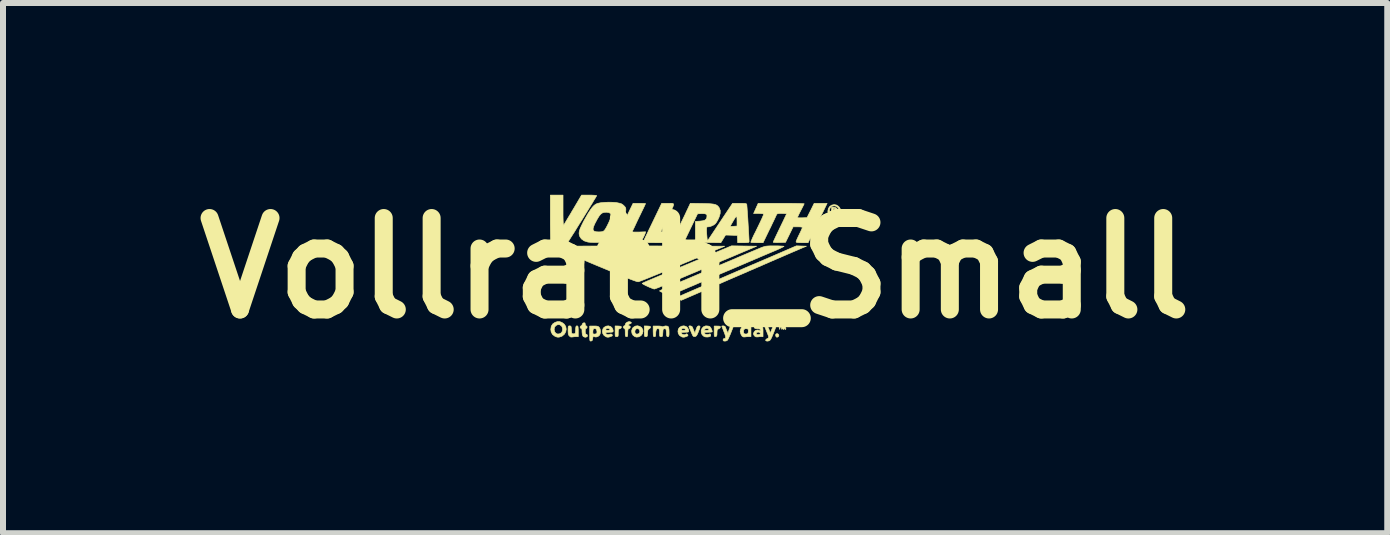
<source format=kicad_pcb>
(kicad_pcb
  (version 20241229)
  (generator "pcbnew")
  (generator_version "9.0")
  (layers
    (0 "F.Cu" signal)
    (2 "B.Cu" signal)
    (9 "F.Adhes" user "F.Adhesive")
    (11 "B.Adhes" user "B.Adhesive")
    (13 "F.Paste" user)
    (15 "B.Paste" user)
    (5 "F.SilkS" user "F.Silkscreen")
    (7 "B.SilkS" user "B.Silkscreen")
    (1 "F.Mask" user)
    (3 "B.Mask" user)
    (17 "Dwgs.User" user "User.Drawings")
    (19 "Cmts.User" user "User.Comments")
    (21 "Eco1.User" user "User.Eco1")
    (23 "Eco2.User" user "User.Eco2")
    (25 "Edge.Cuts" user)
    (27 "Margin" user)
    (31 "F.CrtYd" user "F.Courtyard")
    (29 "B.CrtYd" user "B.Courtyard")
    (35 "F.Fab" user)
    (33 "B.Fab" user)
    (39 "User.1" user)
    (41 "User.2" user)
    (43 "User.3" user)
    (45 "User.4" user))
  (footprint "Vollrath_Small"
    (layer "F.Cu")
    (at 8.534 1.418)
    (property "Reference" "Vollrath_Small" (at 0 0 0) (layer "F.SilkS") (effects (font (size 1.524 1.524) (thickness 0.3))))
    (attr through_hole)
    (fp_poly (pts (xy 1.389 1.103) (xy 1.396 1.123) (xy 1.388 1.141) (xy 1.385 1.144) (xy 1.364 1.153) (xy 1.351 1.144) (xy 1.345 1.134) (xy 1.341 1.111) (xy 1.352 1.095) (xy 1.372 1.092) (xy 1.389 1.103)) (stroke (width 0.01) (type solid)) (fill yes) (layer "F.SilkS"))
    (fp_poly (pts (xy -0.794 0.965) (xy -0.761 0.968) (xy -0.745 0.974) (xy -0.741 0.984) (xy -0.75 1) (xy -0.765 1.011) (xy -0.779 1.02) (xy -0.787 1.037) (xy -0.791 1.066) (xy -0.792 1.082) (xy -0.794 1.116) (xy -0.799 1.135) (xy -0.808 1.142) (xy -0.821 1.143) (xy -0.833 1.142) (xy -0.841 1.137) (xy -0.845 1.122) (xy -0.846 1.095) (xy -0.847 1.054) (xy -0.847 0.964) (xy -0.794 0.965)) (stroke (width 0.01) (type solid)) (fill yes) (layer "F.SilkS"))
    (fp_poly (pts (xy 0.403 0.967) (xy 0.419 0.972) (xy 0.423 0.983) (xy 0.423 0.983) (xy 0.414 1) (xy 0.395 1.011) (xy 0.378 1.019) (xy 0.369 1.032) (xy 0.366 1.055) (xy 0.365 1.08) (xy 0.364 1.113) (xy 0.359 1.131) (xy 0.349 1.139) (xy 0.341 1.141) (xy 0.33 1.142) (xy 0.323 1.137) (xy 0.319 1.122) (xy 0.318 1.093) (xy 0.318 1.055) (xy 0.318 0.966) (xy 0.37 0.966) (xy 0.403 0.967)) (stroke (width 0.01) (type solid)) (fill yes) (layer "F.SilkS"))
    (fp_poly (pts (xy -1.281 0.965) (xy -1.248 0.968) (xy -1.232 0.973) (xy -1.228 0.985) (xy -1.228 0.985) (xy -1.237 1.002) (xy -1.254 1.01) (xy -1.269 1.015) (xy -1.277 1.026) (xy -1.28 1.047) (xy -1.281 1.08) (xy -1.281 1.115) (xy -1.284 1.134) (xy -1.292 1.141) (xy -1.306 1.143) (xy -1.307 1.143) (xy -1.32 1.142) (xy -1.328 1.137) (xy -1.332 1.123) (xy -1.333 1.096) (xy -1.333 1.054) (xy -1.333 0.964) (xy -1.281 0.965)) (stroke (width 0.01) (type solid)) (fill yes) (layer "F.SilkS"))
    (fp_poly (pts (xy -0.922 0.971) (xy -0.891 0.992) (xy -0.872 1.025) (xy -0.868 1.052) (xy -0.877 1.092) (xy -0.901 1.125) (xy -0.936 1.145) (xy -0.975 1.15) (xy -1.002 1.143) (xy -1.034 1.12) (xy -1.053 1.085) (xy -1.055 1.067) (xy -1.004 1.067) (xy -0.995 1.089) (xy -0.976 1.1) (xy -0.97 1.101) (xy -0.945 1.095) (xy -0.933 1.088) (xy -0.921 1.064) (xy -0.924 1.038) (xy -0.937 1.017) (xy -0.959 1.007) (xy -0.969 1.007) (xy -0.991 1.02) (xy -1.002 1.042) (xy -1.004 1.067) (xy -1.055 1.067) (xy -1.058 1.045) (xy -1.046 1.007) (xy -1.032 0.989) (xy -0.998 0.967) (xy -0.959 0.961) (xy -0.922 0.971)) (stroke (width 0.01) (type solid)) (fill yes) (layer "F.SilkS"))
    (fp_poly (pts (xy -0.079 0.963) (xy -0.054 0.971) (xy -0.043 0.987) (xy -0.033 1.013) (xy -0.02 1.045) (xy -0.019 1.048) (xy -0.003 1.085) (xy 0.016 1.024) (xy 0.029 0.989) (xy 0.04 0.971) (xy 0.053 0.964) (xy 0.06 0.963) (xy 0.075 0.965) (xy 0.082 0.972) (xy 0.081 0.989) (xy 0.072 1.017) (xy 0.054 1.062) (xy 0.054 1.064) (xy 0.037 1.103) (xy 0.023 1.126) (xy 0.01 1.137) (xy -0.004 1.141) (xy -0.024 1.14) (xy -0.037 1.128) (xy -0.049 1.104) (xy -0.064 1.068) (xy -0.081 1.027) (xy -0.086 1.017) (xy -0.099 0.986) (xy -0.104 0.97) (xy -0.099 0.964) (xy -0.085 0.963) (xy -0.079 0.963)) (stroke (width 0.01) (type solid)) (fill yes) (layer "F.SilkS"))
    (fp_poly (pts (xy 2.314 -1.014) (xy 2.346 -1.006) (xy 2.365 -0.992) (xy 2.369 -0.974) (xy 2.358 -0.959) (xy 2.346 -0.947) (xy 2.349 -0.934) (xy 2.356 -0.923) (xy 2.365 -0.906) (xy 2.361 -0.9) (xy 2.358 -0.9) (xy 2.342 -0.908) (xy 2.331 -0.921) (xy 2.316 -0.937) (xy 2.307 -0.942) (xy 2.299 -0.933) (xy 2.297 -0.921) (xy 2.292 -0.904) (xy 2.286 -0.9) (xy 2.28 -0.909) (xy 2.276 -0.934) (xy 2.275 -0.958) (xy 2.275 -0.979) (xy 2.297 -0.979) (xy 2.304 -0.966) (xy 2.32 -0.965) (xy 2.339 -0.972) (xy 2.344 -0.979) (xy 2.335 -0.989) (xy 2.32 -0.993) (xy 2.301 -0.99) (xy 2.297 -0.979) (xy 2.275 -0.979) (xy 2.275 -1.017) (xy 2.314 -1.014)) (stroke (width 0.01) (type solid)) (fill yes) (layer "F.SilkS"))
    (fp_poly (pts (xy -1.837 0.913) (xy -1.831 0.929) (xy -1.831 0.936) (xy -1.826 0.958) (xy -1.815 0.963) (xy -1.802 0.972) (xy -1.799 0.984) (xy -1.806 1.001) (xy -1.815 1.005) (xy -1.826 1.012) (xy -1.83 1.033) (xy -1.831 1.053) (xy -1.829 1.085) (xy -1.821 1.1) (xy -1.816 1.101) (xy -1.8 1.109) (xy -1.793 1.126) (xy -1.799 1.142) (xy -1.801 1.145) (xy -1.832 1.153) (xy -1.862 1.142) (xy -1.867 1.137) (xy -1.879 1.111) (xy -1.884 1.066) (xy -1.884 1.063) (xy -1.885 1.028) (xy -1.89 1.01) (xy -1.9 1.005) (xy -1.913 0.997) (xy -1.916 0.984) (xy -1.909 0.967) (xy -1.9 0.963) (xy -1.887 0.954) (xy -1.882 0.939) (xy -1.87 0.918) (xy -1.855 0.912) (xy -1.837 0.913)) (stroke (width 0.01) (type solid)) (fill yes) (layer "F.SilkS"))
    (fp_poly (pts (xy 1.449 0.966) (xy 1.465 0.973) (xy 1.466 0.975) (xy 1.476 0.98) (xy 1.483 0.972) (xy 1.493 0.964) (xy 1.503 0.974) (xy 1.512 0.998) (xy 1.513 1.009) (xy 1.511 1.023) (xy 1.5 1.018) (xy 1.498 1.016) (xy 1.485 1.008) (xy 1.482 1.016) (xy 1.482 1.016) (xy 1.478 1.024) (xy 1.467 1.017) (xy 1.453 1.01) (xy 1.446 1.018) (xy 1.442 1.019) (xy 1.44 1.003) (xy 1.44 1.003) (xy 1.436 0.982) (xy 1.429 0.974) (xy 1.421 0.983) (xy 1.415 1.003) (xy 1.411 1.02) (xy 1.408 1.021) (xy 1.408 1.021) (xy 1.407 1.003) (xy 1.407 1.002) (xy 1.402 0.987) (xy 1.396 0.978) (xy 1.391 0.968) (xy 1.402 0.964) (xy 1.422 0.963) (xy 1.449 0.966)) (stroke (width 0.01) (type solid)) (fill yes) (layer "F.SilkS"))
    (fp_poly (pts (xy -2.256 0.892) (xy -2.219 0.906) (xy -2.18 0.935) (xy -2.156 0.973) (xy -2.148 1.017) (xy -2.155 1.06) (xy -2.177 1.1) (xy -2.213 1.131) (xy -2.229 1.139) (xy -2.268 1.151) (xy -2.3 1.15) (xy -2.336 1.136) (xy -2.376 1.106) (xy -2.399 1.064) (xy -2.405 1.021) (xy -2.349 1.021) (xy -2.341 1.06) (xy -2.32 1.087) (xy -2.289 1.099) (xy -2.255 1.094) (xy -2.232 1.081) (xy -2.213 1.053) (xy -2.208 1.017) (xy -2.216 0.982) (xy -2.227 0.964) (xy -2.256 0.944) (xy -2.288 0.942) (xy -2.317 0.956) (xy -2.34 0.981) (xy -2.349 1.017) (xy -2.349 1.021) (xy -2.405 1.021) (xy -2.405 1.021) (xy -2.397 0.969) (xy -2.372 0.93) (xy -2.333 0.904) (xy -2.292 0.891) (xy -2.256 0.892)) (stroke (width 0.01) (type solid)) (fill yes) (layer "F.SilkS"))
    (fp_poly (pts (xy 2.357 -1.051) (xy 2.393 -1.027) (xy 2.416 -0.996) (xy 2.424 -0.961) (xy 2.424 -0.959) (xy 2.414 -0.918) (xy 2.39 -0.885) (xy 2.356 -0.861) (xy 2.317 -0.85) (xy 2.28 -0.857) (xy 2.251 -0.876) (xy 2.227 -0.906) (xy 2.213 -0.938) (xy 2.213 -0.943) (xy 2.24 -0.943) (xy 2.256 -0.907) (xy 2.269 -0.893) (xy 2.301 -0.872) (xy 2.331 -0.871) (xy 2.363 -0.89) (xy 2.371 -0.899) (xy 2.396 -0.934) (xy 2.4 -0.969) (xy 2.383 -1.006) (xy 2.38 -1.009) (xy 2.352 -1.031) (xy 2.316 -1.038) (xy 2.28 -1.031) (xy 2.259 -1.015) (xy 2.241 -0.982) (xy 2.24 -0.943) (xy 2.213 -0.943) (xy 2.212 -0.949) (xy 2.221 -0.993) (xy 2.244 -1.028) (xy 2.278 -1.05) (xy 2.317 -1.058) (xy 2.357 -1.051)) (stroke (width 0.01) (type solid)) (fill yes) (layer "F.SilkS"))
    (fp_poly (pts (xy -1.084 0.894) (xy -1.064 0.904) (xy -1.064 0.917) (xy -1.081 0.928) (xy -1.088 0.929) (xy -1.105 0.938) (xy -1.111 0.951) (xy -1.104 0.961) (xy -1.095 0.963) (xy -1.082 0.97) (xy -1.08 0.986) (xy -1.089 1.002) (xy -1.101 1.008) (xy -1.113 1.014) (xy -1.119 1.028) (xy -1.122 1.054) (xy -1.122 1.079) (xy -1.123 1.114) (xy -1.126 1.134) (xy -1.133 1.142) (xy -1.143 1.143) (xy -1.154 1.141) (xy -1.161 1.131) (xy -1.164 1.11) (xy -1.164 1.074) (xy -1.165 1.036) (xy -1.169 1.014) (xy -1.176 1.006) (xy -1.18 1.005) (xy -1.193 0.997) (xy -1.196 0.984) (xy -1.189 0.967) (xy -1.18 0.963) (xy -1.167 0.954) (xy -1.164 0.942) (xy -1.155 0.919) (xy -1.132 0.901) (xy -1.102 0.892) (xy -1.084 0.894)) (stroke (width 0.01) (type solid)) (fill yes) (layer "F.SilkS"))
    (fp_poly (pts (xy -0.886 -1.079) (xy -0.851 -1.078) (xy -0.83 -1.077) (xy -0.826 -1.075) (xy -0.83 -1.065) (xy -0.842 -1.038) (xy -0.861 -0.998) (xy -0.886 -0.947) (xy -0.915 -0.887) (xy -0.937 -0.842) (xy -0.968 -0.777) (xy -0.995 -0.719) (xy -1.018 -0.67) (xy -1.036 -0.633) (xy -1.046 -0.611) (xy -1.048 -0.605) (xy -1.038 -0.602) (xy -1.011 -0.601) (xy -0.972 -0.601) (xy -0.936 -0.601) (xy -0.824 -0.605) (xy -0.831 -0.58) (xy -0.84 -0.558) (xy -0.855 -0.525) (xy -0.872 -0.492) (xy -0.905 -0.429) (xy -1.125 -0.426) (xy -1.346 -0.423) (xy -1.338 -0.446) (xy -1.332 -0.461) (xy -1.317 -0.493) (xy -1.296 -0.538) (xy -1.269 -0.596) (xy -1.237 -0.662) (xy -1.202 -0.735) (xy -1.182 -0.775) (xy -1.034 -1.079) (xy -0.93 -1.079) (xy -0.886 -1.079)) (stroke (width 0.01) (type solid)) (fill yes) (layer "F.SilkS"))
    (fp_poly (pts (xy -1.958 0.965) (xy -1.952 0.973) (xy -1.949 0.992) (xy -1.947 1.025) (xy -1.947 1.053) (xy -1.947 1.143) (xy -1.982 1.142) (xy -2.016 1.144) (xy -2.044 1.148) (xy -2.072 1.149) (xy -2.094 1.133) (xy -2.107 1.117) (xy -2.114 1.096) (xy -2.116 1.063) (xy -2.117 1.037) (xy -2.116 0.998) (xy -2.114 0.976) (xy -2.108 0.966) (xy -2.097 0.963) (xy -2.091 0.963) (xy -2.076 0.965) (xy -2.068 0.972) (xy -2.064 0.991) (xy -2.062 1.026) (xy -2.062 1.029) (xy -2.059 1.065) (xy -2.056 1.085) (xy -2.048 1.093) (xy -2.033 1.095) (xy -2.027 1.095) (xy -2.009 1.094) (xy -2 1.089) (xy -1.995 1.073) (xy -1.992 1.042) (xy -1.992 1.029) (xy -1.989 0.993) (xy -1.985 0.973) (xy -1.977 0.964) (xy -1.968 0.963) (xy -1.958 0.965)) (stroke (width 0.01) (type solid)) (fill yes) (layer "F.SilkS"))
    (fp_poly (pts (xy 0.629 0.967) (xy 0.635 0.973) (xy 0.631 0.988) (xy 0.62 1.018) (xy 0.605 1.056) (xy 0.588 1.099) (xy 0.57 1.139) (xy 0.555 1.174) (xy 0.543 1.196) (xy 0.54 1.201) (xy 0.52 1.213) (xy 0.496 1.217) (xy 0.473 1.213) (xy 0.466 1.2) (xy 0.466 1.196) (xy 0.473 1.178) (xy 0.486 1.175) (xy 0.502 1.171) (xy 0.509 1.159) (xy 0.507 1.135) (xy 0.495 1.097) (xy 0.48 1.058) (xy 0.465 1.019) (xy 0.452 0.988) (xy 0.445 0.969) (xy 0.445 0.966) (xy 0.454 0.964) (xy 0.472 0.963) (xy 0.496 0.97) (xy 0.504 0.982) (xy 0.512 1.003) (xy 0.524 1.033) (xy 0.528 1.042) (xy 0.547 1.085) (xy 0.567 1.024) (xy 0.579 0.989) (xy 0.59 0.971) (xy 0.603 0.964) (xy 0.61 0.963) (xy 0.629 0.967)) (stroke (width 0.01) (type solid)) (fill yes) (layer "F.SilkS"))
    (fp_poly (pts (xy 1.332 1.019) (xy 1.306 1.085) (xy 1.286 1.133) (xy 1.27 1.168) (xy 1.257 1.19) (xy 1.251 1.199) (xy 1.231 1.212) (xy 1.207 1.217) (xy 1.186 1.214) (xy 1.175 1.204) (xy 1.175 1.201) (xy 1.184 1.186) (xy 1.201 1.175) (xy 1.216 1.168) (xy 1.224 1.158) (xy 1.224 1.142) (xy 1.217 1.117) (xy 1.201 1.077) (xy 1.191 1.053) (xy 1.174 1.011) (xy 1.165 0.985) (xy 1.164 0.971) (xy 1.17 0.965) (xy 1.171 0.965) (xy 1.193 0.965) (xy 1.211 0.978) (xy 1.227 1.009) (xy 1.234 1.028) (xy 1.245 1.059) (xy 1.252 1.072) (xy 1.258 1.069) (xy 1.261 1.063) (xy 1.27 1.04) (xy 1.283 1.009) (xy 1.285 1.003) (xy 1.299 0.976) (xy 1.315 0.964) (xy 1.328 0.963) (xy 1.354 0.963) (xy 1.332 1.019)) (stroke (width 0.01) (type solid)) (fill yes) (layer "F.SilkS"))
    (fp_poly (pts (xy -0.814 -0.369) (xy -0.633 -0.369) (xy -0.46 -0.368) (xy -0.301 -0.368) (xy -0.229 -0.368) (xy 0.494 -0.365) (xy -0.211 -0.07) (xy -0.327 -0.022) (xy -0.438 0.025) (xy -0.543 0.068) (xy -0.639 0.107) (xy -0.725 0.142) (xy -0.799 0.172) (xy -0.86 0.196) (xy -0.907 0.214) (xy -0.936 0.225) (xy -0.947 0.228) (xy -0.961 0.226) (xy -0.989 0.218) (xy -1.029 0.204) (xy -1.085 0.183) (xy -1.156 0.155) (xy -1.244 0.12) (xy -1.348 0.077) (xy -1.471 0.026) (xy -1.545 -0.005) (xy -1.654 -0.05) (xy -1.761 -0.095) (xy -1.864 -0.138) (xy -1.961 -0.179) (xy -2.049 -0.216) (xy -2.126 -0.248) (xy -2.19 -0.275) (xy -2.238 -0.295) (xy -2.258 -0.303) (xy -2.405 -0.365) (xy -1.679 -0.368) (xy -1.528 -0.368) (xy -1.361 -0.369) (xy -1.183 -0.369) (xy -0.999 -0.369) (xy -0.814 -0.369)) (stroke (width 0.01) (type solid)) (fill yes) (layer "F.SilkS"))
    (fp_poly (pts (xy -1.648 0.966) (xy -1.623 0.97) (xy -1.606 0.979) (xy -1.598 0.987) (xy -1.582 1.017) (xy -1.577 1.056) (xy -1.582 1.095) (xy -1.593 1.118) (xy -1.619 1.14) (xy -1.652 1.149) (xy -1.682 1.143) (xy -1.696 1.138) (xy -1.702 1.146) (xy -1.706 1.171) (xy -1.706 1.172) (xy -1.711 1.2) (xy -1.722 1.212) (xy -1.733 1.215) (xy -1.743 1.216) (xy -1.75 1.212) (xy -1.754 1.201) (xy -1.756 1.179) (xy -1.757 1.142) (xy -1.757 1.092) (xy -1.757 1.059) (xy -1.704 1.059) (xy -1.703 1.086) (xy -1.697 1.098) (xy -1.681 1.1) (xy -1.67 1.099) (xy -1.646 1.094) (xy -1.637 1.082) (xy -1.635 1.059) (xy -1.642 1.027) (xy -1.659 1.009) (xy -1.684 1.008) (xy -1.687 1.009) (xy -1.699 1.022) (xy -1.704 1.053) (xy -1.704 1.059) (xy -1.757 1.059) (xy -1.757 0.966) (xy -1.688 0.965) (xy -1.648 0.966)) (stroke (width 0.01) (type solid)) (fill yes) (layer "F.SilkS"))
    (fp_poly (pts (xy -0.389 -1.08) (xy -0.37 -1.077) (xy -0.36 -1.069) (xy -0.359 -1.053) (xy -0.367 -1.028) (xy -0.383 -0.991) (xy -0.409 -0.94) (xy -0.443 -0.871) (xy -0.451 -0.856) (xy -0.48 -0.798) (xy -0.507 -0.743) (xy -0.529 -0.696) (xy -0.546 -0.66) (xy -0.555 -0.641) (xy -0.57 -0.603) (xy -0.473 -0.602) (xy -0.429 -0.602) (xy -0.392 -0.602) (xy -0.368 -0.602) (xy -0.362 -0.602) (xy -0.353 -0.601) (xy -0.351 -0.592) (xy -0.357 -0.571) (xy -0.372 -0.538) (xy -0.389 -0.503) (xy -0.428 -0.423) (xy -0.649 -0.423) (xy -0.726 -0.424) (xy -0.783 -0.424) (xy -0.824 -0.426) (xy -0.85 -0.429) (xy -0.862 -0.432) (xy -0.865 -0.437) (xy -0.859 -0.449) (xy -0.845 -0.478) (xy -0.825 -0.522) (xy -0.798 -0.577) (xy -0.767 -0.643) (xy -0.732 -0.715) (xy -0.708 -0.765) (xy -0.557 -1.079) (xy -0.453 -1.079) (xy -0.416 -1.08) (xy -0.389 -1.08)) (stroke (width 0.01) (type solid)) (fill yes) (layer "F.SilkS"))
    (fp_poly (pts (xy 0.919 0.901) (xy 0.925 0.907) (xy 0.929 0.922) (xy 0.931 0.949) (xy 0.931 0.992) (xy 0.931 1.021) (xy 0.931 1.143) (xy 0.897 1.142) (xy 0.866 1.143) (xy 0.841 1.146) (xy 0.814 1.148) (xy 0.802 1.146) (xy 0.781 1.132) (xy 0.764 1.103) (xy 0.753 1.068) (xy 0.752 1.054) (xy 0.805 1.054) (xy 0.811 1.084) (xy 0.825 1.097) (xy 0.851 1.099) (xy 0.873 1.094) (xy 0.883 1.082) (xy 0.887 1.056) (xy 0.887 1.029) (xy 0.88 1.016) (xy 0.863 1.01) (xy 0.832 1.01) (xy 0.812 1.026) (xy 0.805 1.054) (xy 0.752 1.054) (xy 0.751 1.05) (xy 0.758 1.02) (xy 0.774 0.99) (xy 0.774 0.99) (xy 0.792 0.971) (xy 0.811 0.964) (xy 0.84 0.966) (xy 0.843 0.966) (xy 0.889 0.971) (xy 0.889 0.935) (xy 0.892 0.91) (xy 0.901 0.901) (xy 0.91 0.9) (xy 0.919 0.901)) (stroke (width 0.01) (type solid)) (fill yes) (layer "F.SilkS"))
    (fp_poly (pts (xy 1.09 0.967) (xy 1.112 0.974) (xy 1.123 0.983) (xy 1.129 0.998) (xy 1.132 1.025) (xy 1.132 1.064) (xy 1.132 1.143) (xy 1.103 1.142) (xy 1.07 1.143) (xy 1.048 1.147) (xy 1.014 1.146) (xy 0.997 1.137) (xy 0.977 1.113) (xy 0.974 1.087) (xy 1.019 1.087) (xy 1.021 1.1) (xy 1.036 1.108) (xy 1.06 1.108) (xy 1.08 1.101) (xy 1.087 1.093) (xy 1.083 1.079) (xy 1.071 1.07) (xy 1.05 1.066) (xy 1.03 1.073) (xy 1.019 1.087) (xy 0.974 1.087) (xy 0.974 1.086) (xy 0.985 1.061) (xy 1.005 1.04) (xy 1.033 1.031) (xy 1.064 1.036) (xy 1.066 1.036) (xy 1.084 1.043) (xy 1.089 1.038) (xy 1.088 1.029) (xy 1.08 1.017) (xy 1.06 1.012) (xy 1.038 1.011) (xy 1.006 1.007) (xy 0.987 0.997) (xy 0.985 0.984) (xy 0.996 0.973) (xy 1.02 0.965) (xy 1.055 0.964) (xy 1.09 0.967)) (stroke (width 0.01) (type solid)) (fill yes) (layer "F.SilkS"))
    (fp_poly (pts (xy -1.41 0.972) (xy -1.387 0.991) (xy -1.372 1.018) (xy -1.365 1.044) (xy -1.367 1.058) (xy -1.375 1.065) (xy -1.394 1.068) (xy -1.429 1.069) (xy -1.468 1.071) (xy -1.488 1.076) (xy -1.489 1.087) (xy -1.476 1.101) (xy -1.456 1.11) (xy -1.43 1.105) (xy -1.429 1.104) (xy -1.402 1.098) (xy -1.387 1.104) (xy -1.377 1.119) (xy -1.384 1.131) (xy -1.409 1.142) (xy -1.409 1.142) (xy -1.441 1.151) (xy -1.464 1.151) (xy -1.482 1.146) (xy -1.517 1.123) (xy -1.539 1.09) (xy -1.546 1.051) (xy -1.538 1.021) (xy -1.491 1.021) (xy -1.487 1.031) (xy -1.465 1.037) (xy -1.455 1.037) (xy -1.431 1.035) (xy -1.418 1.028) (xy -1.418 1.027) (xy -1.427 1.012) (xy -1.447 1.004) (xy -1.47 1.005) (xy -1.474 1.007) (xy -1.491 1.021) (xy -1.538 1.021) (xy -1.536 1.013) (xy -1.519 0.989) (xy -1.485 0.968) (xy -1.447 0.962) (xy -1.41 0.972)) (stroke (width 0.01) (type solid)) (fill yes) (layer "F.SilkS"))
    (fp_poly (pts (xy -0.151 0.972) (xy -0.128 0.991) (xy -0.112 1.018) (xy -0.106 1.044) (xy -0.107 1.058) (xy -0.115 1.065) (xy -0.135 1.068) (xy -0.169 1.069) (xy -0.203 1.07) (xy -0.226 1.074) (xy -0.233 1.077) (xy -0.224 1.095) (xy -0.202 1.107) (xy -0.177 1.111) (xy -0.157 1.105) (xy -0.153 1.1) (xy -0.141 1.095) (xy -0.131 1.101) (xy -0.118 1.117) (xy -0.123 1.13) (xy -0.148 1.141) (xy -0.15 1.142) (xy -0.181 1.151) (xy -0.204 1.151) (xy -0.222 1.146) (xy -0.258 1.123) (xy -0.28 1.09) (xy -0.286 1.051) (xy -0.279 1.021) (xy -0.231 1.021) (xy -0.228 1.031) (xy -0.206 1.037) (xy -0.196 1.037) (xy -0.171 1.035) (xy -0.159 1.028) (xy -0.159 1.027) (xy -0.168 1.012) (xy -0.188 1.004) (xy -0.21 1.005) (xy -0.215 1.007) (xy -0.231 1.021) (xy -0.279 1.021) (xy -0.277 1.013) (xy -0.26 0.989) (xy -0.226 0.968) (xy -0.187 0.962) (xy -0.151 0.972)) (stroke (width 0.01) (type solid)) (fill yes) (layer "F.SilkS"))
    (fp_poly (pts (xy 0.219 0.966) (xy 0.243 0.973) (xy 0.243 0.973) (xy 0.259 0.99) (xy 0.274 1.018) (xy 0.284 1.047) (xy 0.286 1.06) (xy 0.276 1.065) (xy 0.251 1.068) (xy 0.217 1.069) (xy 0.18 1.07) (xy 0.16 1.073) (xy 0.154 1.079) (xy 0.155 1.085) (xy 0.171 1.101) (xy 0.198 1.108) (xy 0.226 1.104) (xy 0.231 1.102) (xy 0.249 1.096) (xy 0.258 1.107) (xy 0.259 1.108) (xy 0.26 1.128) (xy 0.256 1.135) (xy 0.234 1.145) (xy 0.201 1.149) (xy 0.167 1.146) (xy 0.148 1.139) (xy 0.118 1.112) (xy 0.103 1.078) (xy 0.102 1.041) (xy 0.104 1.036) (xy 0.143 1.036) (xy 0.188 1.037) (xy 0.215 1.035) (xy 0.231 1.03) (xy 0.233 1.027) (xy 0.225 1.014) (xy 0.213 1.006) (xy 0.193 1.002) (xy 0.171 1.013) (xy 0.168 1.016) (xy 0.143 1.036) (xy 0.104 1.036) (xy 0.114 1.006) (xy 0.138 0.979) (xy 0.172 0.964) (xy 0.188 0.963) (xy 0.219 0.966)) (stroke (width 0.01) (type solid)) (fill yes) (layer "F.SilkS"))
    (fp_poly (pts (xy 0.817 -0.368) (xy 1.026 -0.365) (xy 0.897 -0.31) (xy 0.86 -0.294) (xy 0.806 -0.272) (xy 0.738 -0.243) (xy 0.658 -0.209) (xy 0.57 -0.172) (xy 0.476 -0.133) (xy 0.379 -0.092) (xy 0.312 -0.063) (xy 0.208 -0.019) (xy 0.099 0.026) (xy -0.011 0.073) (xy -0.117 0.117) (xy -0.216 0.159) (xy -0.304 0.196) (xy -0.379 0.228) (xy -0.404 0.239) (xy -0.474 0.268) (xy -0.538 0.294) (xy -0.593 0.317) (xy -0.637 0.334) (xy -0.667 0.345) (xy -0.68 0.349) (xy -0.695 0.345) (xy -0.724 0.334) (xy -0.763 0.318) (xy -0.792 0.305) (xy -0.832 0.286) (xy -0.862 0.27) (xy -0.88 0.258) (xy -0.882 0.254) (xy -0.87 0.248) (xy -0.842 0.235) (xy -0.798 0.216) (xy -0.741 0.192) (xy -0.673 0.163) (xy -0.597 0.131) (xy -0.514 0.097) (xy -0.503 0.092) (xy -0.397 0.048) (xy -0.278 -0.001) (xy -0.152 -0.054) (xy -0.025 -0.107) (xy 0.096 -0.157) (xy 0.206 -0.203) (xy 0.237 -0.216) (xy 0.607 -0.371) (xy 0.817 -0.368)) (stroke (width 0.01) (type solid)) (fill yes) (layer "F.SilkS"))
    (fp_poly (pts (xy 1.772 -0.368) (xy 1.856 -0.365) (xy 1.788 -0.337) (xy 1.763 -0.326) (xy 1.721 -0.308) (xy 1.665 -0.284) (xy 1.597 -0.255) (xy 1.521 -0.222) (xy 1.438 -0.186) (xy 1.352 -0.149) (xy 1.349 -0.148) (xy 1.248 -0.104) (xy 1.138 -0.056) (xy 1.023 -0.006) (xy 0.909 0.043) (xy 0.802 0.09) (xy 0.706 0.131) (xy 0.667 0.148) (xy 0.571 0.189) (xy 0.464 0.236) (xy 0.352 0.284) (xy 0.242 0.332) (xy 0.139 0.377) (xy 0.062 0.41) (xy -0.231 0.537) (xy -0.276 0.517) (xy -0.301 0.505) (xy -0.315 0.496) (xy -0.316 0.493) (xy -0.306 0.489) (xy -0.278 0.476) (xy -0.234 0.457) (xy -0.175 0.431) (xy -0.103 0.4) (xy -0.02 0.364) (xy 0.072 0.324) (xy 0.173 0.281) (xy 0.281 0.235) (xy 0.323 0.217) (xy 0.446 0.164) (xy 0.573 0.109) (xy 0.703 0.053) (xy 0.83 -0.002) (xy 0.954 -0.055) (xy 1.069 -0.104) (xy 1.174 -0.149) (xy 1.265 -0.188) (xy 1.323 -0.213) (xy 1.688 -0.371) (xy 1.772 -0.368)) (stroke (width 0.01) (type solid)) (fill yes) (layer "F.SilkS"))
    (fp_poly (pts (xy -2.201 -0.961) (xy -2.201 -0.883) (xy -2.2 -0.818) (xy -2.198 -0.767) (xy -2.196 -0.732) (xy -2.193 -0.716) (xy -2.192 -0.715) (xy -2.184 -0.726) (xy -2.167 -0.754) (xy -2.143 -0.794) (xy -2.112 -0.846) (xy -2.076 -0.905) (xy -2.038 -0.971) (xy -2.037 -0.971) (xy -1.892 -1.217) (xy -1.766 -1.217) (xy -1.718 -1.216) (xy -1.678 -1.214) (xy -1.65 -1.211) (xy -1.64 -1.207) (xy -1.64 -1.207) (xy -1.646 -1.197) (xy -1.661 -1.171) (xy -1.685 -1.132) (xy -1.715 -1.081) (xy -1.752 -1.022) (xy -1.792 -0.956) (xy -1.835 -0.887) (xy -1.879 -0.815) (xy -1.924 -0.744) (xy -1.967 -0.675) (xy -2.006 -0.611) (xy -2.042 -0.555) (xy -2.072 -0.508) (xy -2.094 -0.473) (xy -2.108 -0.452) (xy -2.129 -0.423) (xy -2.264 -0.423) (xy -2.315 -0.424) (xy -2.359 -0.425) (xy -2.39 -0.427) (xy -2.405 -0.43) (xy -2.406 -0.43) (xy -2.408 -0.442) (xy -2.409 -0.473) (xy -2.41 -0.52) (xy -2.411 -0.581) (xy -2.412 -0.653) (xy -2.413 -0.735) (xy -2.413 -0.824) (xy -2.413 -1.217) (xy -2.201 -1.217) (xy -2.201 -0.961)) (stroke (width 0.01) (type solid)) (fill yes) (layer "F.SilkS"))
    (fp_poly (pts (xy -0.466 0.966) (xy -0.447 0.976) (xy -0.44 0.993) (xy -0.435 1.027) (xy -0.434 1.066) (xy -0.434 1.106) (xy -0.437 1.129) (xy -0.442 1.14) (xy -0.452 1.143) (xy -0.455 1.143) (xy -0.466 1.14) (xy -0.473 1.129) (xy -0.477 1.105) (xy -0.478 1.077) (xy -0.481 1.041) (xy -0.485 1.021) (xy -0.492 1.013) (xy -0.506 1.011) (xy -0.508 1.011) (xy -0.523 1.012) (xy -0.531 1.02) (xy -0.535 1.038) (xy -0.537 1.073) (xy -0.538 1.077) (xy -0.54 1.113) (xy -0.544 1.133) (xy -0.552 1.141) (xy -0.565 1.143) (xy -0.567 1.143) (xy -0.581 1.142) (xy -0.589 1.134) (xy -0.592 1.116) (xy -0.593 1.081) (xy -0.593 1.079) (xy -0.594 1.04) (xy -0.6 1.018) (xy -0.609 1.009) (xy -0.632 1.009) (xy -0.647 1.028) (xy -0.655 1.065) (xy -0.656 1.086) (xy -0.657 1.119) (xy -0.661 1.136) (xy -0.67 1.142) (xy -0.677 1.143) (xy -0.688 1.141) (xy -0.694 1.133) (xy -0.697 1.115) (xy -0.698 1.082) (xy -0.699 1.055) (xy -0.699 0.966) (xy -0.63 0.965) (xy -0.594 0.966) (xy -0.567 0.969) (xy -0.555 0.974) (xy -0.542 0.978) (xy -0.529 0.974) (xy -0.498 0.964) (xy -0.466 0.966)) (stroke (width 0.01) (type solid)) (fill yes) (layer "F.SilkS"))
    (fp_poly (pts (xy 1.382 -0.37) (xy 1.428 -0.368) (xy 1.462 -0.366) (xy 1.48 -0.364) (xy 1.482 -0.362) (xy 1.472 -0.356) (xy 1.447 -0.343) (xy 1.41 -0.325) (xy 1.363 -0.304) (xy 1.352 -0.299) (xy 1.283 -0.27) (xy 1.198 -0.234) (xy 1.099 -0.192) (xy 0.991 -0.146) (xy 0.874 -0.096) (xy 0.753 -0.044) (xy 0.628 0.009) (xy 0.503 0.062) (xy 0.38 0.114) (xy 0.263 0.164) (xy 0.153 0.211) (xy 0.052 0.254) (xy -0.035 0.292) (xy -0.108 0.322) (xy -0.149 0.34) (xy -0.219 0.37) (xy -0.284 0.397) (xy -0.34 0.42) (xy -0.384 0.438) (xy -0.415 0.45) (xy -0.429 0.454) (xy -0.429 0.454) (xy -0.443 0.45) (xy -0.471 0.439) (xy -0.507 0.423) (xy -0.516 0.42) (xy -0.552 0.403) (xy -0.579 0.39) (xy -0.592 0.381) (xy -0.593 0.38) (xy -0.583 0.374) (xy -0.559 0.362) (xy -0.523 0.346) (xy -0.5 0.337) (xy -0.473 0.325) (xy -0.429 0.307) (xy -0.369 0.282) (xy -0.296 0.251) (xy -0.213 0.216) (xy -0.12 0.177) (xy -0.02 0.134) (xy 0.084 0.09) (xy 0.159 0.058) (xy 0.306 -0.004) (xy 0.434 -0.059) (xy 0.546 -0.106) (xy 0.643 -0.147) (xy 0.726 -0.183) (xy 0.797 -0.213) (xy 0.856 -0.238) (xy 0.906 -0.259) (xy 0.948 -0.277) (xy 0.983 -0.291) (xy 1.013 -0.304) (xy 1.038 -0.314) (xy 1.062 -0.324) (xy 1.084 -0.333) (xy 1.087 -0.335) (xy 1.122 -0.349) (xy 1.151 -0.358) (xy 1.177 -0.365) (xy 1.208 -0.368) (xy 1.247 -0.37) (xy 1.301 -0.37) (xy 1.328 -0.37) (xy 1.382 -0.37)) (stroke (width 0.01) (type solid)) (fill yes) (layer "F.SilkS"))
    (fp_poly (pts (xy -1.379 -1.097) (xy -1.319 -1.093) (xy -1.302 -1.09) (xy -1.258 -1.081) (xy -1.227 -1.071) (xy -1.204 -1.056) (xy -1.187 -1.041) (xy -1.166 -1.018) (xy -1.156 -0.999) (xy -1.154 -0.974) (xy -1.156 -0.949) (xy -1.164 -0.914) (xy -1.18 -0.865) (xy -1.203 -0.806) (xy -1.231 -0.743) (xy -1.263 -0.678) (xy -1.295 -0.616) (xy -1.305 -0.598) (xy -1.341 -0.539) (xy -1.374 -0.496) (xy -1.409 -0.466) (xy -1.45 -0.446) (xy -1.5 -0.434) (xy -1.565 -0.429) (xy -1.609 -0.427) (xy -1.664 -0.427) (xy -1.717 -0.428) (xy -1.76 -0.431) (xy -1.787 -0.434) (xy -1.849 -0.454) (xy -1.894 -0.486) (xy -1.92 -0.523) (xy -1.93 -0.552) (xy -1.934 -0.582) (xy -1.929 -0.617) (xy -1.918 -0.652) (xy -1.701 -0.652) (xy -1.696 -0.628) (xy -1.677 -0.612) (xy -1.644 -0.605) (xy -1.603 -0.603) (xy -1.563 -0.605) (xy -1.536 -0.611) (xy -1.516 -0.624) (xy -1.514 -0.626) (xy -1.498 -0.647) (xy -1.478 -0.681) (xy -1.456 -0.724) (xy -1.434 -0.77) (xy -1.415 -0.814) (xy -1.402 -0.85) (xy -1.397 -0.873) (xy -1.397 -0.873) (xy -1.406 -0.905) (xy -1.432 -0.924) (xy -1.474 -0.931) (xy -1.478 -0.931) (xy -1.516 -0.929) (xy -1.546 -0.919) (xy -1.573 -0.899) (xy -1.6 -0.866) (xy -1.63 -0.817) (xy -1.638 -0.802) (xy -1.672 -0.738) (xy -1.693 -0.688) (xy -1.701 -0.652) (xy -1.918 -0.652) (xy -1.915 -0.66) (xy -1.891 -0.713) (xy -1.858 -0.78) (xy -1.83 -0.83) (xy -1.785 -0.909) (xy -1.746 -0.969) (xy -1.712 -1.015) (xy -1.681 -1.047) (xy -1.65 -1.068) (xy -1.623 -1.079) (xy -1.575 -1.089) (xy -1.514 -1.095) (xy -1.446 -1.098) (xy -1.379 -1.097)) (stroke (width 0.01) (type solid)) (fill yes) (layer "F.SilkS"))
    (fp_poly (pts (xy 1.524 -1.079) (xy 1.605 -1.079) (xy 1.676 -1.078) (xy 1.735 -1.077) (xy 1.78 -1.075) (xy 1.809 -1.073) (xy 1.818 -1.072) (xy 1.818 -1.072) (xy 1.812 -1.059) (xy 1.799 -1.033) (xy 1.78 -0.995) (xy 1.759 -0.955) (xy 1.737 -0.912) (xy 1.72 -0.876) (xy 1.708 -0.851) (xy 1.704 -0.841) (xy 1.714 -0.839) (xy 1.739 -0.838) (xy 1.776 -0.838) (xy 1.784 -0.838) (xy 1.865 -0.841) (xy 1.925 -0.96) (xy 1.984 -1.079) (xy 2.092 -1.079) (xy 2.2 -1.079) (xy 2.11 -0.892) (xy 2.075 -0.821) (xy 2.039 -0.745) (xy 2.002 -0.67) (xy 1.97 -0.603) (xy 1.951 -0.564) (xy 1.883 -0.423) (xy 1.783 -0.423) (xy 1.735 -0.424) (xy 1.705 -0.426) (xy 1.689 -0.43) (xy 1.683 -0.437) (xy 1.683 -0.439) (xy 1.687 -0.455) (xy 1.7 -0.485) (xy 1.718 -0.524) (xy 1.736 -0.561) (xy 1.757 -0.604) (xy 1.774 -0.641) (xy 1.785 -0.667) (xy 1.789 -0.677) (xy 1.779 -0.683) (xy 1.752 -0.687) (xy 1.712 -0.688) (xy 1.634 -0.688) (xy 1.507 -0.429) (xy 1.404 -0.426) (xy 1.361 -0.425) (xy 1.326 -0.427) (xy 1.306 -0.429) (xy 1.302 -0.432) (xy 1.306 -0.444) (xy 1.319 -0.472) (xy 1.338 -0.513) (xy 1.363 -0.566) (xy 1.392 -0.626) (xy 1.413 -0.67) (xy 1.444 -0.734) (xy 1.472 -0.792) (xy 1.495 -0.841) (xy 1.512 -0.877) (xy 1.522 -0.899) (xy 1.524 -0.905) (xy 1.514 -0.907) (xy 1.489 -0.909) (xy 1.452 -0.91) (xy 1.444 -0.91) (xy 1.403 -0.91) (xy 1.378 -0.907) (xy 1.365 -0.901) (xy 1.357 -0.891) (xy 1.355 -0.886) (xy 1.348 -0.87) (xy 1.333 -0.838) (xy 1.312 -0.793) (xy 1.285 -0.738) (xy 1.256 -0.676) (xy 1.239 -0.643) (xy 1.133 -0.423) (xy 1.034 -0.423) (xy 0.99 -0.424) (xy 0.955 -0.426) (xy 0.933 -0.428) (xy 0.929 -0.43) (xy 0.931 -0.44) (xy 0.942 -0.467) (xy 0.959 -0.507) (xy 0.982 -0.556) (xy 1.008 -0.607) (xy 1.054 -0.701) (xy 1.09 -0.776) (xy 1.117 -0.834) (xy 1.134 -0.874) (xy 1.142 -0.897) (xy 1.143 -0.901) (xy 1.133 -0.905) (xy 1.107 -0.908) (xy 1.07 -0.91) (xy 1.059 -0.91) (xy 0.975 -0.91) (xy 1.013 -0.995) (xy 1.051 -1.079) (xy 1.437 -1.079) (xy 1.524 -1.079)) (stroke (width 0.01) (type solid)) (fill yes) (layer "F.SilkS"))
    (fp_poly (pts (xy 0.116 -1.077) (xy 0.196 -1.075) (xy 0.257 -1.072) (xy 0.303 -1.067) (xy 0.337 -1.059) (xy 0.362 -1.048) (xy 0.381 -1.032) (xy 0.398 -1.011) (xy 0.403 -1.002) (xy 0.419 -0.961) (xy 0.418 -0.91) (xy 0.4 -0.85) (xy 0.38 -0.806) (xy 0.357 -0.766) (xy 0.337 -0.739) (xy 0.313 -0.721) (xy 0.297 -0.712) (xy 0.263 -0.697) (xy 0.231 -0.689) (xy 0.22 -0.688) (xy 0.204 -0.687) (xy 0.195 -0.681) (xy 0.192 -0.665) (xy 0.191 -0.634) (xy 0.191 -0.622) (xy 0.193 -0.575) (xy 0.197 -0.528) (xy 0.199 -0.504) (xy 0.206 -0.452) (xy 0.37 -0.698) (xy 0.588 -0.698) (xy 0.588 -0.696) (xy 0.599 -0.695) (xy 0.625 -0.696) (xy 0.645 -0.697) (xy 0.699 -0.701) (xy 0.699 -0.784) (xy 0.698 -0.823) (xy 0.695 -0.852) (xy 0.692 -0.867) (xy 0.691 -0.867) (xy 0.683 -0.859) (xy 0.667 -0.837) (xy 0.648 -0.807) (xy 0.628 -0.773) (xy 0.609 -0.74) (xy 0.594 -0.714) (xy 0.588 -0.698) (xy 0.37 -0.698) (xy 0.415 -0.766) (xy 0.624 -1.079) (xy 0.741 -1.079) (xy 0.792 -1.079) (xy 0.825 -1.078) (xy 0.845 -1.075) (xy 0.856 -1.07) (xy 0.86 -1.062) (xy 0.862 -1.056) (xy 0.863 -1.04) (xy 0.866 -1.007) (xy 0.869 -0.96) (xy 0.873 -0.902) (xy 0.878 -0.836) (xy 0.882 -0.766) (xy 0.886 -0.694) (xy 0.89 -0.626) (xy 0.894 -0.563) (xy 0.897 -0.51) (xy 0.899 -0.469) (xy 0.9 -0.445) (xy 0.9 -0.442) (xy 0.897 -0.433) (xy 0.887 -0.427) (xy 0.866 -0.425) (xy 0.83 -0.423) (xy 0.805 -0.423) (xy 0.71 -0.423) (xy 0.707 -0.484) (xy 0.704 -0.545) (xy 0.606 -0.548) (xy 0.508 -0.551) (xy 0.429 -0.423) (xy 0.217 -0.426) (xy 0.005 -0.429) (xy 0.005 -0.778) (xy 0.08 -0.783) (xy 0.13 -0.789) (xy 0.163 -0.799) (xy 0.183 -0.816) (xy 0.195 -0.842) (xy 0.196 -0.848) (xy 0.198 -0.878) (xy 0.188 -0.897) (xy 0.162 -0.906) (xy 0.119 -0.908) (xy 0.109 -0.908) (xy 0.041 -0.905) (xy -0.188 -0.429) (xy -0.29 -0.426) (xy -0.333 -0.425) (xy -0.367 -0.425) (xy -0.388 -0.425) (xy -0.392 -0.426) (xy -0.387 -0.437) (xy -0.375 -0.463) (xy -0.356 -0.502) (xy -0.332 -0.551) (xy -0.305 -0.607) (xy -0.304 -0.609) (xy -0.27 -0.68) (xy -0.233 -0.757) (xy -0.196 -0.833) (xy -0.163 -0.901) (xy -0.148 -0.934) (xy -0.079 -1.08) (xy 0.116 -1.077)) (stroke (width 0.01) (type solid)) (fill yes) (layer "F.SilkS")))
  (gr_rect
    (start -3 -3)
    (end 20.069 5.836)
    (stroke (width 0.1) (type default))
    (fill no)
    (layer "Edge.Cuts")))
</source>
